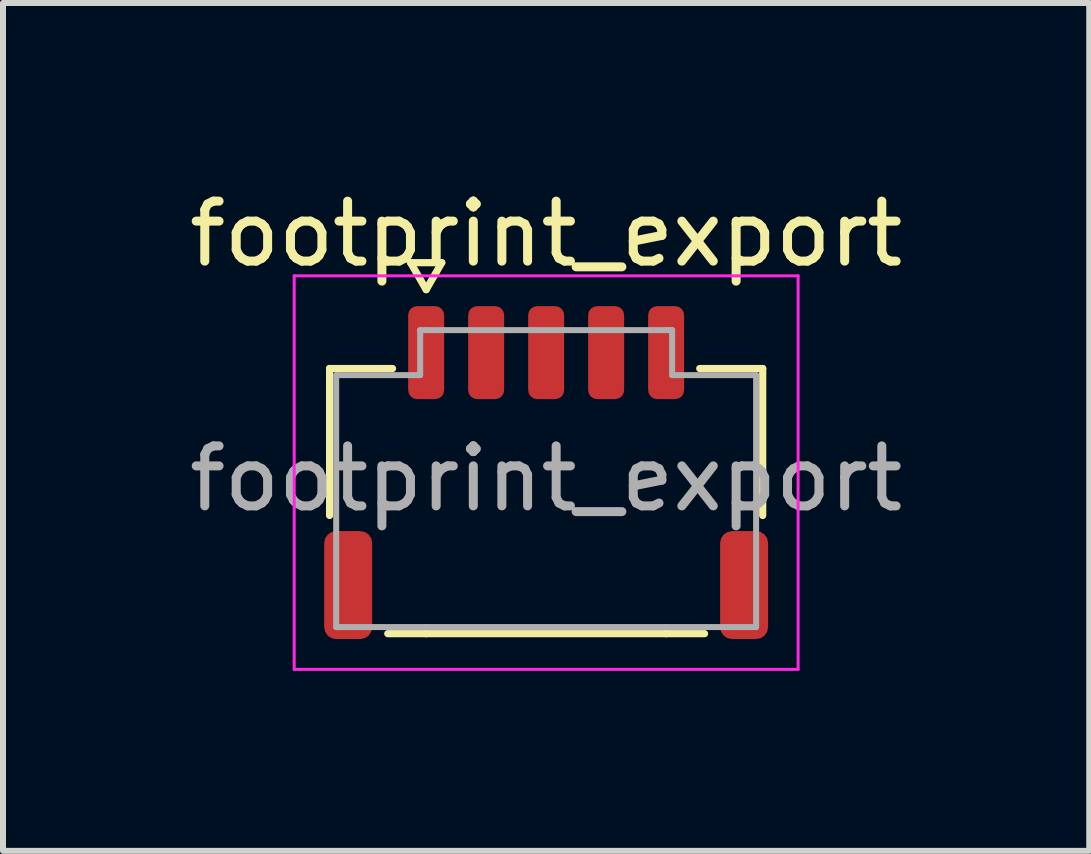
<source format=kicad_pcb>
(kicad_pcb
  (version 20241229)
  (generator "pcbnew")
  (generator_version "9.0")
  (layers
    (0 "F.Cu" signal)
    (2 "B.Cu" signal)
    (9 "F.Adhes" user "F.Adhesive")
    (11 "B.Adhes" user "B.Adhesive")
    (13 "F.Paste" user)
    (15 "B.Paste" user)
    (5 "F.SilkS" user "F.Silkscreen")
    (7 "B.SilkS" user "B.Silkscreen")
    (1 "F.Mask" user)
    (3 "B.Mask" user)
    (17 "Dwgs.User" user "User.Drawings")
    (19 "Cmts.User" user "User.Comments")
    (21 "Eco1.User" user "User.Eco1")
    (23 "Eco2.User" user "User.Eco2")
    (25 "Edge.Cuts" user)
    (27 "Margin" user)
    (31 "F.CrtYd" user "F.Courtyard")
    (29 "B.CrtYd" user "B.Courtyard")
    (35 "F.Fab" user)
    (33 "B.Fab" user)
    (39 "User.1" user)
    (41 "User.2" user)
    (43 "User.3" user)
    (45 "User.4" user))
  (footprint "footprint_export"
    (layer "F.Cu")
    (at 6.054 4.928)
    (property "Reference" "footprint_export" (at 0 -4.08 0) (layer "F.SilkS") (effects (font (size 1 1) (thickness 0.15))))
    (attr smd)
    (fp_line (start -3.61 -1.835) (end -2.56 -1.835) (stroke (width 0.12) (type solid)) (layer "F.SilkS"))
    (fp_line (start -3.61 0.615) (end -3.61 -1.835) (stroke (width 0.12) (type solid)) (layer "F.SilkS"))
    (fp_line (start -2.26 -3.6) (end -2 -3.15) (stroke (width 0.12) (type solid)) (layer "F.SilkS"))
    (fp_line (start -2 -3.15) (end -1.74 -3.6) (stroke (width 0.12) (type solid)) (layer "F.SilkS"))
    (fp_line (start -2 2.585) (end -2.64 2.585) (stroke (width 0.12) (type solid)) (layer "F.SilkS"))
    (fp_line (start -1.74 -3.6) (end -2.26 -3.6) (stroke (width 0.12) (type solid)) (layer "F.SilkS"))
    (fp_line (start 2 2.585) (end -2 2.585) (stroke (width 0.12) (type solid)) (layer "F.SilkS"))
    (fp_line (start 2.56 -1.835) (end 3.61 -1.835) (stroke (width 0.12) (type solid)) (layer "F.SilkS"))
    (fp_line (start 2.64 2.585) (end 2 2.585) (stroke (width 0.12) (type solid)) (layer "F.SilkS"))
    (fp_line (start 3.61 -1.835) (end 3.61 0.615) (stroke (width 0.12) (type solid)) (layer "F.SilkS"))
    (fp_line (start -4.2 -3.38) (end -4.2 3.18) (stroke (width 0.05) (type solid)) (layer "F.CrtYd"))
    (fp_line (start -4.2 3.18) (end 4.2 3.18) (stroke (width 0.05) (type solid)) (layer "F.CrtYd"))
    (fp_line (start 4.2 -3.38) (end -4.2 -3.38) (stroke (width 0.05) (type solid)) (layer "F.CrtYd"))
    (fp_line (start 4.2 3.18) (end 4.2 -3.38) (stroke (width 0.05) (type solid)) (layer "F.CrtYd"))
    (fp_line (start -3.5 -1.725) (end -2.1 -1.725) (stroke (width 0.1) (type solid)) (layer "F.Fab"))
    (fp_line (start -3.5 2.475) (end -3.5 -1.725) (stroke (width 0.1) (type solid)) (layer "F.Fab"))
    (fp_line (start -2.1 -2.475) (end -2 -2.475) (stroke (width 0.1) (type solid)) (layer "F.Fab"))
    (fp_line (start -2.1 -1.725) (end -2.1 -2.475) (stroke (width 0.1) (type solid)) (layer "F.Fab"))
    (fp_line (start -2 -2.475) (end 2 -2.475) (stroke (width 0.1) (type solid)) (layer "F.Fab"))
    (fp_line (start -2 2.475) (end -3.5 2.475) (stroke (width 0.1) (type solid)) (layer "F.Fab"))
    (fp_line (start 2 -2.475) (end 2.1 -2.475) (stroke (width 0.1) (type solid)) (layer "F.Fab"))
    (fp_line (start 2 2.475) (end -2 2.475) (stroke (width 0.1) (type solid)) (layer "F.Fab"))
    (fp_line (start 2.1 -2.475) (end 2.1 -1.725) (stroke (width 0.1) (type solid)) (layer "F.Fab"))
    (fp_line (start 2.1 -1.725) (end 3.5 -1.725) (stroke (width 0.1) (type solid)) (layer "F.Fab"))
    (fp_line (start 3.5 -1.725) (end 3.5 2.475) (stroke (width 0.1) (type solid)) (layer "F.Fab"))
    (fp_line (start 3.5 2.475) (end 2 2.475) (stroke (width 0.1) (type solid)) (layer "F.Fab"))
    (fp_text user "${REFERENCE}" (at 0 0 0) (layer "F.Fab") (effects (font (size 1 1) (thickness 0.15))))
    (pad "1" smd roundrect (at -2 -2.1) (size 0.6 1.55) (layers "F.Cu" "F.Mask" "F.Paste") (roundrect_rratio 0.25))
    (pad "2" smd roundrect (at -1 -2.1) (size 0.6 1.55) (layers "F.Cu" "F.Mask" "F.Paste") (roundrect_rratio 0.25))
    (pad "3" smd roundrect (at 0 -2.1) (size 0.6 1.55) (layers "F.Cu" "F.Mask" "F.Paste") (roundrect_rratio 0.25))
    (pad "4" smd roundrect (at 1 -2.1) (size 0.6 1.55) (layers "F.Cu" "F.Mask" "F.Paste") (roundrect_rratio 0.25))
    (pad "5" smd roundrect (at 2 -2.1) (size 0.6 1.55) (layers "F.Cu" "F.Mask" "F.Paste") (roundrect_rratio 0.25))
    (pad "MP" smd roundrect (at -3.3 1.775) (size 0.8 1.8) (layers "F.Cu" "F.Mask" "F.Paste") (roundrect_rratio 0.25))
    (pad "MP" smd roundrect (at 3.3 1.775) (size 0.8 1.8) (layers "F.Cu" "F.Mask" "F.Paste") (roundrect_rratio 0.25)))
  (gr_rect
    (start -3 -3)
    (end 15.107 11.133)
    (stroke (width 0.1) (type default))
    (fill no)
    (layer "Edge.Cuts")))
</source>
